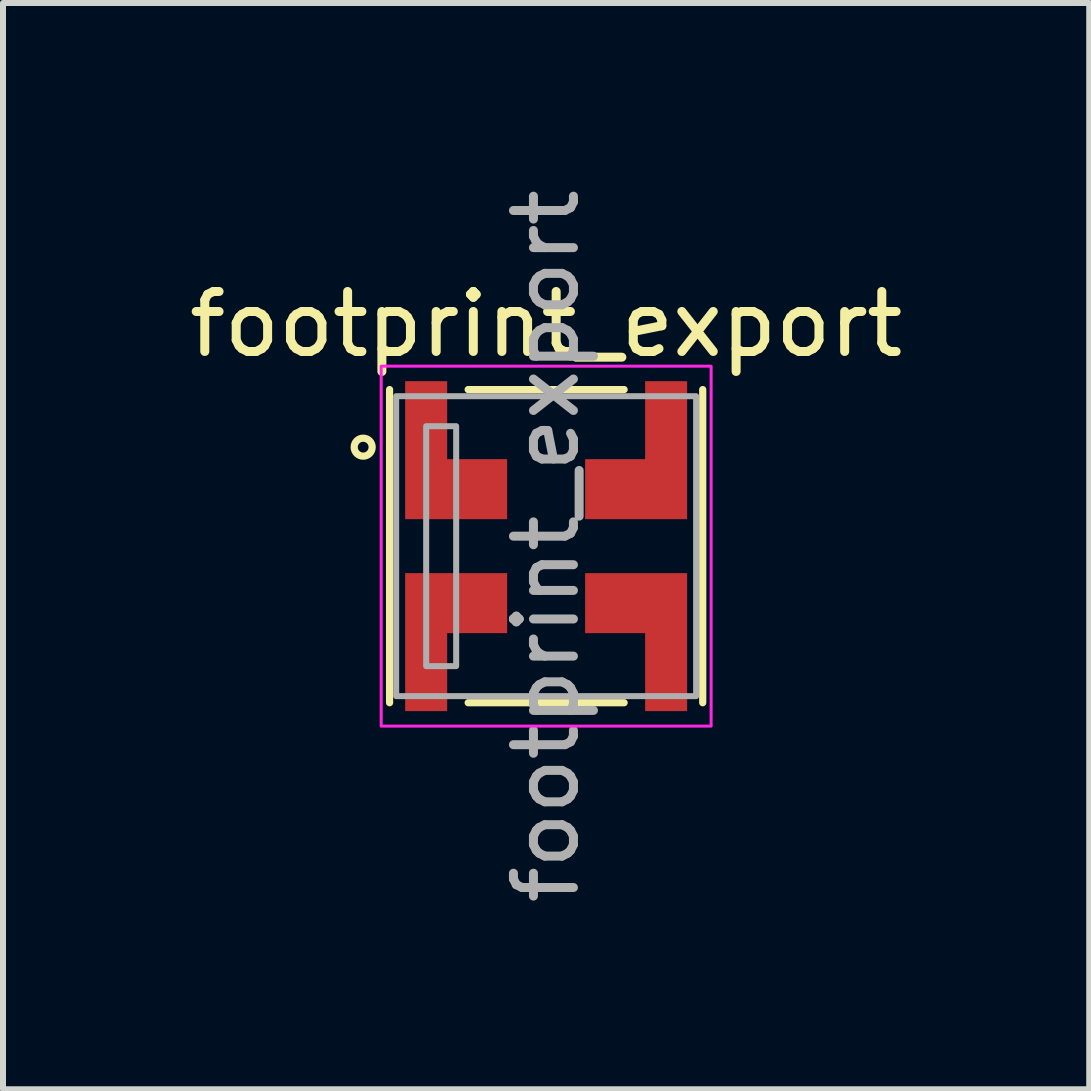
<source format=kicad_pcb>
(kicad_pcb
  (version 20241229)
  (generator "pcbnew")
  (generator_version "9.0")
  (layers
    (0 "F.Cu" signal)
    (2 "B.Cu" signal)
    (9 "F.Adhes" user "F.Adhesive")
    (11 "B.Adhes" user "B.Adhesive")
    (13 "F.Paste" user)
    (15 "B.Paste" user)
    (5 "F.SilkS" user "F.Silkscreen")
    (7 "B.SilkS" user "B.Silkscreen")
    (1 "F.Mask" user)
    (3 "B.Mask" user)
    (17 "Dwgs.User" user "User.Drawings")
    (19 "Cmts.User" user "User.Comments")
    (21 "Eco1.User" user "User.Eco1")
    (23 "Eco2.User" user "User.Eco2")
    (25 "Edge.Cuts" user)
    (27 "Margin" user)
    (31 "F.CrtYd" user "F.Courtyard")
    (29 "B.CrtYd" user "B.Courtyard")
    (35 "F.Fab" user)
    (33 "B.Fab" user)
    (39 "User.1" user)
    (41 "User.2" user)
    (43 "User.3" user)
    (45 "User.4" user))
  (footprint "footprint_export"
    (layer "F.Cu")
    (at 6.054 6.054)
    (property "Reference" "footprint_export" (at 0 -3.7 0) (layer "F.SilkS") (effects (font (size 1 1) (thickness 0.15))))
    (attr smd)
    (fp_line (start -2.61 -2.61) (end -2.61 2.61) (stroke (width 0.12) (type solid)) (layer "F.SilkS"))
    (fp_line (start -1.3 -2.61) (end 1.3 -2.61) (stroke (width 0.12) (type solid)) (layer "F.SilkS"))
    (fp_line (start -1.3 2.61) (end 1.3 2.61) (stroke (width 0.12) (type solid)) (layer "F.SilkS"))
    (fp_line (start 2.61 -2.61) (end 2.61 2.61) (stroke (width 0.12) (type solid)) (layer "F.SilkS"))
    (fp_circle (center -3.05 -1.65) (end -3.05 -1.5) (stroke (width 0.12) (type solid)) (fill no) (layer "F.SilkS"))
    (fp_rect (start -2.75 -3) (end 2.75 3) (stroke (width 0.05) (type default)) (fill no) (layer "F.CrtYd"))
    (fp_rect (start -2.5 -2.5) (end 2.5 2.5) (stroke (width 0.1) (type default)) (fill no) (layer "F.Fab"))
    (fp_rect (start -2 -2) (end -1.5 2) (stroke (width 0.1) (type default)) (fill no) (layer "F.Fab"))
    (fp_text user "${REFERENCE}" (at 0 0 90) (layer "F.Fab") (effects (font (size 1 1) (thickness 0.15))))
    (pad "1" smd custom (at -1.5 -0.95 270) (size 1 1.7) (layers "F.Cu" "F.Mask" "F.Paste") (options (anchor rect)) (primitives (gr_poly (pts (xy -1.8 0.85) (xy 0.5 0.85) (xy 0.5 -0.85) (xy -0.5 -0.85) (xy -0.5 0.15) (xy -1.8 0.15)) (width 0) (fill yes))))
    (pad "2" smd custom (at -1.5 0.95 270) (size 1 1.7) (layers "F.Cu" "F.Mask" "F.Paste") (options (anchor rect)) (primitives (gr_poly (pts (xy 1.8 0.85) (xy -0.5 0.85) (xy -0.5 -0.85) (xy 0.5 -0.85) (xy 0.5 0.15) (xy 1.8 0.15)) (width 0) (fill yes))))
    (pad "3" smd custom (at 1.5 0.95 90) (size 1 1.7) (layers "F.Cu" "F.Mask" "F.Paste") (options (anchor rect)) (primitives (gr_poly (pts (xy -1.8 0.85) (xy 0.5 0.85) (xy 0.5 -0.85) (xy -0.5 -0.85) (xy -0.5 0.15) (xy -1.8 0.15)) (width 0) (fill yes))))
    (pad "4" smd custom (at 1.5 -0.95 90) (size 1 1.7) (layers "F.Cu" "F.Mask" "F.Paste") (options (anchor rect)) (primitives (gr_poly (pts (xy 1.8 0.85) (xy -0.5 0.85) (xy -0.5 -0.85) (xy 0.5 -0.85) (xy 0.5 0.15) (xy 1.8 0.15)) (width 0) (fill yes)))))
  (gr_rect
    (start -3 -3)
    (end 15.107 15.107)
    (stroke (width 0.1) (type default))
    (fill no)
    (layer "Edge.Cuts")))
</source>
